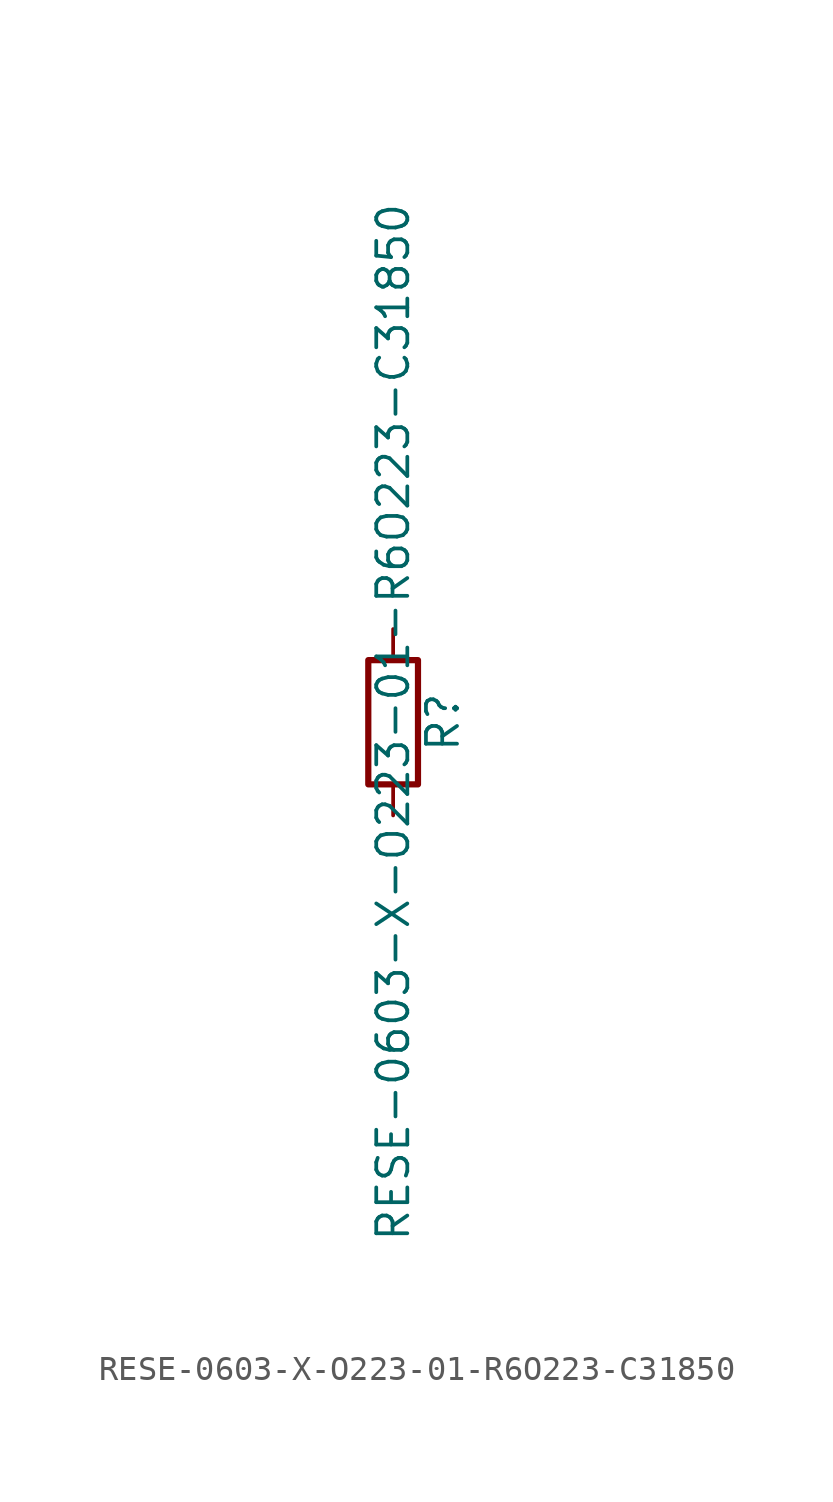
<source format=kicad_sym>
(kicad_symbol_lib
  (version 20211014)
  (generator kicad_symbol_editor)
  (symbol "RESE-0603-X-O223-01-R6O223-C31850"
    (pin_numbers hide)
    (pin_names
      (offset 0))
    (property "Reference" "R"
      (at 2.032 0 90)
      (effects (font (size 1.27 1.27))))
    (property "Value" "RESE-0603-X-O223-01-R6O223-C31850"
      (at 0 0 90)
      (effects (font (size 1.27 1.27))))
    (symbol "RESE-0603-X-O223-01-R6O223-C31850_0_1"
      (rectangle (start -1.016 -2.54) (end 1.016 2.54) (stroke (width 0.254) (type default) (color 0 0 0 0)) (fill (type none))))
    (symbol "RESE-0603-X-O223-01-R6O223-C31850_1_1"
      (pin passive line (at 0 3.81 270) (length 1.27) (name "~" (effects (font (size 1.27 1.27)))) (number "1" (effects (font (size 1.27 1.27)))))
      (pin passive line (at 0 -3.81 90) (length 1.27) (name "~" (effects (font (size 1.27 1.27)))) (number "2" (effects (font (size 1.27 1.27))))))))
</source>
